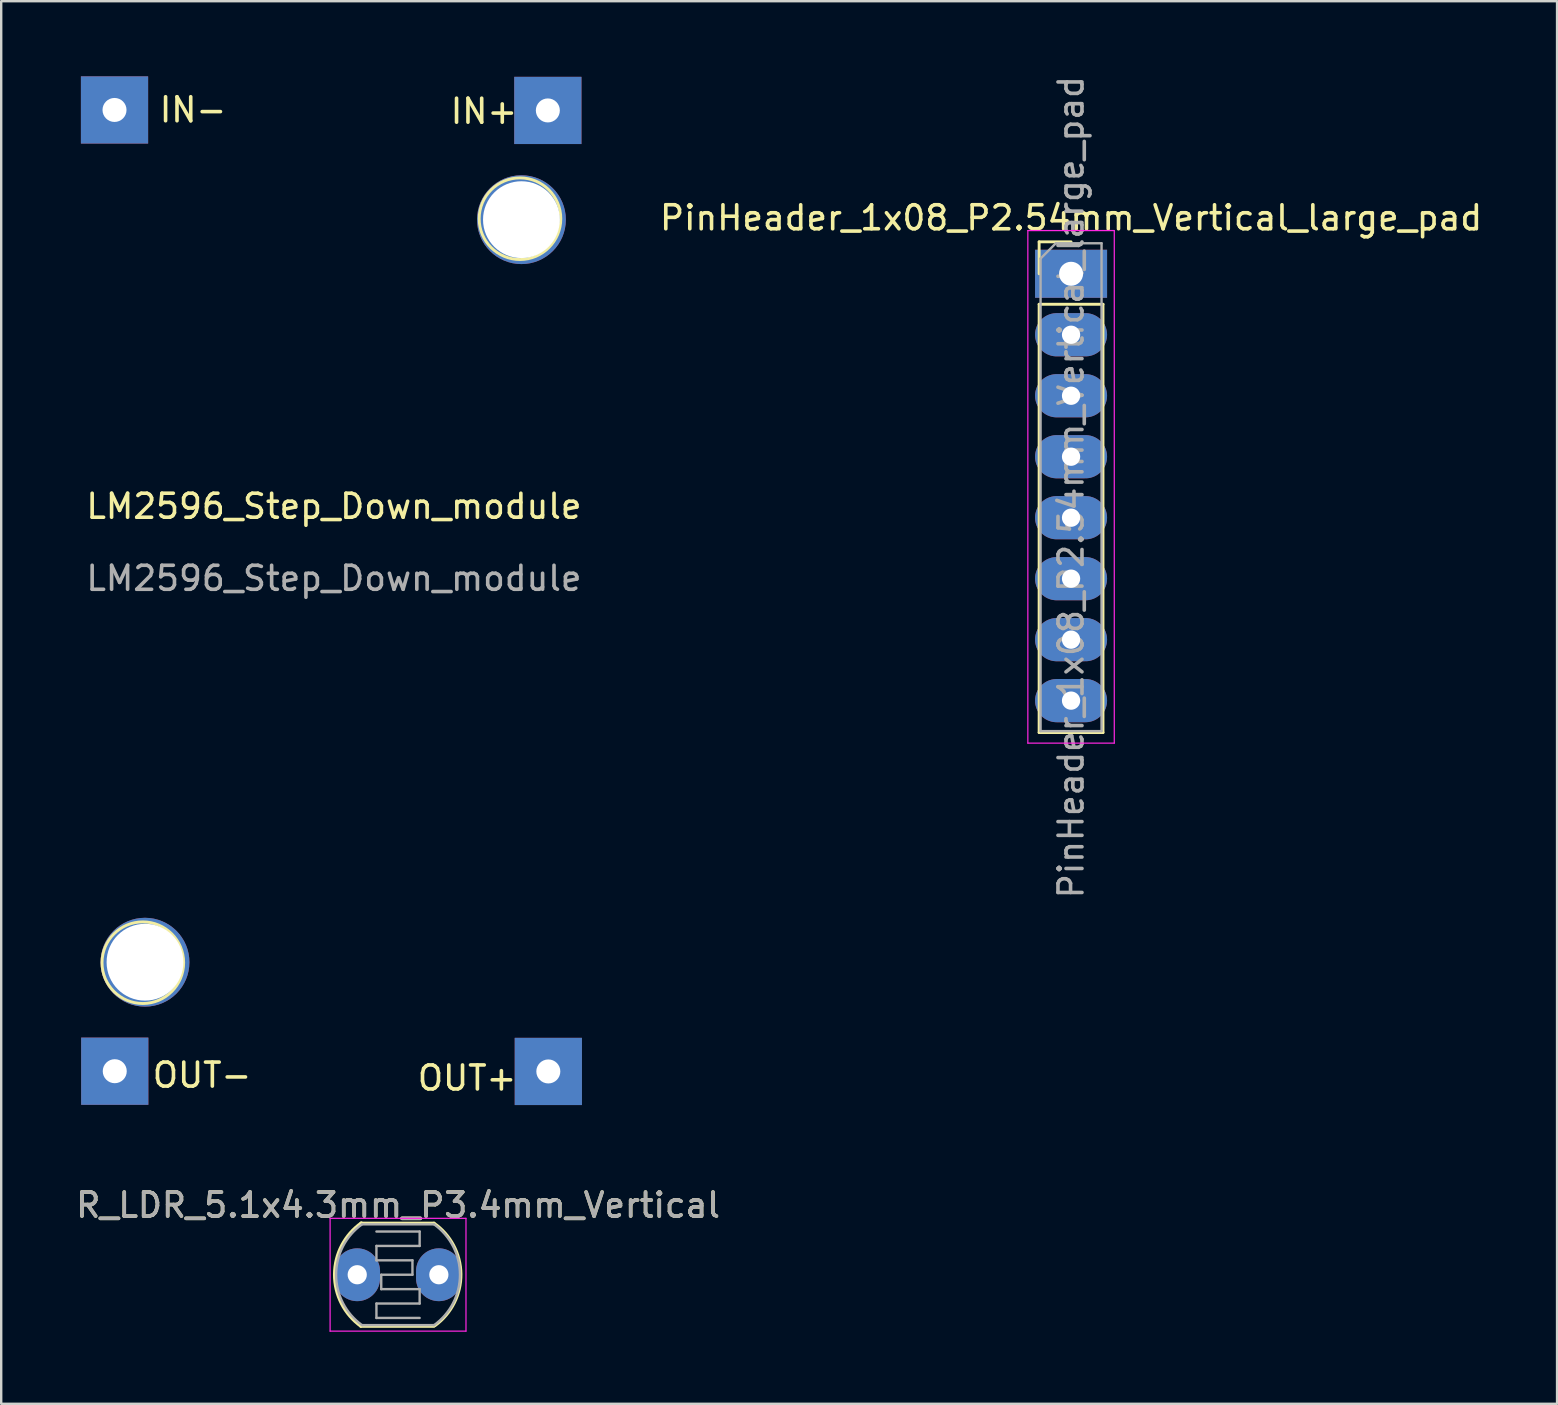
<source format=kicad_pcb>
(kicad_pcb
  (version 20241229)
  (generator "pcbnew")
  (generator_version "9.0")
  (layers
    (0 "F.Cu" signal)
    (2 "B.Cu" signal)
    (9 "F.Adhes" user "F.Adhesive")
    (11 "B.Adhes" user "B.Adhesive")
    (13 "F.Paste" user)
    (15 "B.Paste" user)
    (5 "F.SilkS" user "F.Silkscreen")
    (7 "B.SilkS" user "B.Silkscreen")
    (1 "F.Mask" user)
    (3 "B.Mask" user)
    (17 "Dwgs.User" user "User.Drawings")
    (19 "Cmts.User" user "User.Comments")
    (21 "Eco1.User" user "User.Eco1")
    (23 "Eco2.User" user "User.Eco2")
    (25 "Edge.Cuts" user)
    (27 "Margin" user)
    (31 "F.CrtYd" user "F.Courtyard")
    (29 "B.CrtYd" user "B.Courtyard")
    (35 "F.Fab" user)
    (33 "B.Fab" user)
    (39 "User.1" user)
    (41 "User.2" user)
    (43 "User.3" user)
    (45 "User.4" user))
  (footprint "R_LDR_5.1x4.3mm_P3.4mm_Vertical"
    (layer "F.Cu")
    (at 11.83 50.048)
    (property "Reference" "R_LDR_5.1x4.3mm_P3.4mm_Vertical" (at 1.7 -2.9 0) (layer "F.SilkS") (effects (font (size 1 1) (thickness 0.15))))
    (attr through_hole)
    (fp_line (start 0.15 -2.15) (end 3.2 -2.15) (stroke (width 0.12) (type solid)) (layer "F.SilkS"))
    (fp_line (start 0.15 2.15) (end 3.2 2.15) (stroke (width 0.12) (type solid)) (layer "F.SilkS"))
    (fp_arc (start 0.15 2.15) (mid -0.950438 -0.013368) (end 0.171766 -2.165525) (stroke (width 0.12) (type solid)) (layer "F.SilkS"))
    (fp_arc (start 3.2 -2.15) (mid 4.321403 -0.027338) (end 3.244513 2.118249) (stroke (width 0.12) (type solid)) (layer "F.SilkS"))
    (fp_line (start -1.13 -2.35) (end -1.13 2.35) (stroke (width 0.05) (type solid)) (layer "F.CrtYd"))
    (fp_line (start -1.13 -2.35) (end 4.53 -2.35) (stroke (width 0.05) (type solid)) (layer "F.CrtYd"))
    (fp_line (start 4.53 2.35) (end -1.13 2.35) (stroke (width 0.05) (type solid)) (layer "F.CrtYd"))
    (fp_line (start 4.53 2.35) (end 4.53 -2.35) (stroke (width 0.05) (type solid)) (layer "F.CrtYd"))
    (fp_line (start 0.2 -2.1) (end 3.2 -2.1) (stroke (width 0.1) (type solid)) (layer "F.Fab"))
    (fp_line (start 0.8 -1.8) (end 2.6 -1.8) (stroke (width 0.1) (type solid)) (layer "F.Fab"))
    (fp_line (start 0.8 -1.2) (end 0.8 -0.6) (stroke (width 0.1) (type solid)) (layer "F.Fab"))
    (fp_line (start 0.8 1.2) (end 0.8 1.8) (stroke (width 0.1) (type solid)) (layer "F.Fab"))
    (fp_line (start 0.8 1.8) (end 2.6 1.8) (stroke (width 0.1) (type solid)) (layer "F.Fab"))
    (fp_line (start 1 0) (end 1 0.6) (stroke (width 0.1) (type solid)) (layer "F.Fab"))
    (fp_line (start 1 0) (end 2.3 0) (stroke (width 0.1) (type solid)) (layer "F.Fab"))
    (fp_line (start 2.3 -0.6) (end 0.8 -0.6) (stroke (width 0.1) (type solid)) (layer "F.Fab"))
    (fp_line (start 2.3 0) (end 2.3 -0.6) (stroke (width 0.1) (type solid)) (layer "F.Fab"))
    (fp_line (start 2.6 -1.8) (end 2.6 -1.2) (stroke (width 0.1) (type solid)) (layer "F.Fab"))
    (fp_line (start 2.6 -1.2) (end 0.8 -1.2) (stroke (width 0.1) (type solid)) (layer "F.Fab"))
    (fp_line (start 2.6 0.6) (end 1 0.6) (stroke (width 0.1) (type solid)) (layer "F.Fab"))
    (fp_line (start 2.6 0.6) (end 2.6 1.2) (stroke (width 0.1) (type solid)) (layer "F.Fab"))
    (fp_line (start 2.6 1.2) (end 0.8 1.2) (stroke (width 0.1) (type solid)) (layer "F.Fab"))
    (fp_line (start 3.2 2.1) (end 0.2 2.1) (stroke (width 0.1) (type solid)) (layer "F.Fab"))
    (fp_arc (start 0.2 2.1) (mid -0.880697 -0.001697) (end 0.202763 -2.101971) (stroke (width 0.1) (type solid)) (layer "F.Fab"))
    (fp_arc (start 3.2 -2.1) (mid 4.280697 0.001697) (end 3.197237 2.101971) (stroke (width 0.1) (type solid)) (layer "F.Fab"))
    (fp_text user "${REFERENCE}" (at 1.7 -2.9 0) (layer "F.Fab") (effects (font (size 1 1) (thickness 0.15))))
    (pad "1" thru_hole oval (at 0 0) (size 1.9 2.2) (drill 0.8) (layers "*.Cu" "*.Mask"))
    (pad "2" thru_hole oval (at 3.4 0) (size 1.9 2.2) (drill 0.8) (layers "*.Cu" "*.Mask")))
  (footprint "PinHeader_1x08_P2.54mm_Vertical_large_pad"
    (layer "F.Cu")
    (at 41.564 8.354)
    (property "Reference" "PinHeader_1x08_P2.54mm_Vertical_large_pad" (at 0 -2.33 180) (layer "F.SilkS") (effects (font (size 1 1) (thickness 0.15))))
    (attr through_hole)
    (fp_line (start -1.33 -1.33) (end 0 -1.33) (stroke (width 0.12) (type solid)) (layer "F.SilkS"))
    (fp_line (start -1.33 0) (end -1.33 -1.33) (stroke (width 0.12) (type solid)) (layer "F.SilkS"))
    (fp_line (start -1.33 1.27) (end -1.33 19.11) (stroke (width 0.12) (type solid)) (layer "F.SilkS"))
    (fp_line (start -1.33 1.27) (end 1.33 1.27) (stroke (width 0.12) (type solid)) (layer "F.SilkS"))
    (fp_line (start -1.33 19.11) (end 1.33 19.11) (stroke (width 0.12) (type solid)) (layer "F.SilkS"))
    (fp_line (start 1.33 1.27) (end 1.33 19.11) (stroke (width 0.12) (type solid)) (layer "F.SilkS"))
    (fp_line (start -1.8 -1.8) (end -1.8 19.55) (stroke (width 0.05) (type solid)) (layer "F.CrtYd"))
    (fp_line (start -1.8 19.55) (end 1.8 19.55) (stroke (width 0.05) (type solid)) (layer "F.CrtYd"))
    (fp_line (start 1.8 -1.8) (end -1.8 -1.8) (stroke (width 0.05) (type solid)) (layer "F.CrtYd"))
    (fp_line (start 1.8 19.55) (end 1.8 -1.8) (stroke (width 0.05) (type solid)) (layer "F.CrtYd"))
    (fp_line (start -1.27 -0.635) (end -0.635 -1.27) (stroke (width 0.1) (type solid)) (layer "F.Fab"))
    (fp_line (start -1.27 19.05) (end -1.27 -0.635) (stroke (width 0.1) (type solid)) (layer "F.Fab"))
    (fp_line (start -0.635 -1.27) (end 1.27 -1.27) (stroke (width 0.1) (type solid)) (layer "F.Fab"))
    (fp_line (start 1.27 -1.27) (end 1.27 19.05) (stroke (width 0.1) (type solid)) (layer "F.Fab"))
    (fp_line (start 1.27 19.05) (end -1.27 19.05) (stroke (width 0.1) (type solid)) (layer "F.Fab"))
    (fp_text user "${REFERENCE}" (at 0 8.89 90) (layer "F.Fab") (effects (font (size 1 1) (thickness 0.15))))
    (pad "1" thru_hole rect (at 0 0) (size 3 2) (drill 1) (layers "*.Cu" "*.Mask"))
    (pad "2" thru_hole oval (at 0 2.54) (size 3 1.8) (drill 0.762) (layers "*.Cu" "*.Mask"))
    (pad "3" thru_hole oval (at 0 5.08) (size 3 1.8) (drill 0.762) (layers "*.Cu" "*.Mask"))
    (pad "4" thru_hole oval (at 0 7.62) (size 3 1.8) (drill 0.762) (layers "*.Cu" "*.Mask"))
    (pad "5" thru_hole oval (at 0 10.16) (size 3 1.8) (drill 0.762) (layers "*.Cu" "*.Mask"))
    (pad "6" thru_hole oval (at 0 12.7) (size 3 1.8) (drill 0.762) (layers "*.Cu" "*.Mask"))
    (pad "7" thru_hole oval (at 0 15.24) (size 3 1.8) (drill 0.762) (layers "*.Cu" "*.Mask"))
    (pad "8" thru_hole oval (at 0 17.78) (size 3 1.8) (drill 0.762) (layers "*.Cu" "*.Mask")))
  (footprint "LM2596_Step_Down_module"
    (layer "F.Cu")
    (at 0.25 43.05)
    (property "Reference" "LM2596_Step_Down_module" (at 10.61 -25.01 0) (unlocked yes) (layer "F.SilkS") (effects (font (size 1 1) (thickness 0.15))))
    (attr through_hole)
    (fp_circle (center 2.65 -6) (end 4.35 -6) (stroke (width 0.12) (type default)) (fill no) (layer "F.SilkS"))
    (fp_circle (center 18.36 -36.99) (end 20.06 -36.99) (stroke (width 0.12) (type default)) (fill no) (layer "F.SilkS"))
    (fp_line (start 16.96 -16.36) (end 18.24 -15.06) (stroke (width 0.12) (type default)) (layer "User.1"))
    (fp_rect (start 0 -42.99) (end 21.01 0) (stroke (width 0.12) (type default)) (fill no) (layer "User.1"))
    (fp_rect (start 0.74 -20.46) (end 12.78 -8.67) (stroke (width 0.12) (type default)) (fill no) (layer "User.1"))
    (fp_rect (start 1.41 -32.93) (end 4.02 -28.61) (stroke (width 0.12) (type default)) (fill no) (layer "User.1"))
    (fp_rect (start 3.53 -36.7) (end 6.21 -35.36) (stroke (width 0.12) (type default)) (fill no) (layer "User.1"))
    (fp_rect (start 11.56 -33.72) (end 19.95 -26) (stroke (width 0.12) (type default)) (fill no) (layer "User.1"))
    (fp_rect (start 14.66 -17.42) (end 18.86 -8.55) (stroke (width 0.12) (type default)) (fill no) (layer "User.1"))
    (fp_rect (start 17.485 -6.95) (end 19.735 -5.97) (stroke (width 0.12) (type default)) (fill no) (layer "User.1"))
    (fp_rect (start 17.485 -5.27) (end 19.735 -4.29) (stroke (width 0.12) (type default)) (fill no) (layer "User.1"))
    (fp_circle (center 6.72 -14.64) (end 10.31 -11.05) (stroke (width 0.12) (type default)) (fill no) (layer "User.1"))
    (fp_circle (center 11.166 -38.7) (end 13.786 -36.21) (stroke (width 0.12) (type default)) (fill no) (layer "User.1"))
    (fp_circle (center 11.32 -4.35) (end 13.94 -1.86) (stroke (width 0.12) (type default)) (fill no) (layer "User.1"))
    (fp_circle (center 17.59 -15.68) (end 17.16 -16.46) (stroke (width 0.12) (type default)) (fill no) (layer "User.1"))
    (fp_text user "OUT+" (at 14.01 -0.61 0) (unlocked yes) (layer "F.SilkS") (effects (font (size 1 1) (thickness 0.15)) (justify left bottom)))
    (fp_text user "IN+" (at 15.38 -40.88 0) (unlocked yes) (layer "F.SilkS") (effects (font (size 1 1) (thickness 0.15)) (justify left bottom)))
    (fp_text user "IN-" (at 3.26 -40.94 0) (unlocked yes) (layer "F.SilkS") (effects (font (size 1 1) (thickness 0.15)) (justify left bottom)))
    (fp_text user "OUT-" (at 2.97 -0.73 0) (unlocked yes) (layer "F.SilkS") (effects (font (size 1 1) (thickness 0.15)) (justify left bottom)))
    (fp_text user "${REFERENCE}" (at 10.61 -22.01 0) (unlocked yes) (layer "F.Fab") (effects (font (size 1 1) (thickness 0.15))))
    (pad "" thru_hole circle (at 2.74 -6.02) (size 3.7 3.7) (drill 3.2) (layers "*.Cu" "*.Mask"))
    (pad "" thru_hole circle (at 18.42 -36.95) (size 3.7 3.7) (drill 3.2) (layers "*.Cu" "*.Mask"))
    (pad "1" thru_hole rect (at 19.52 -41.5) (size 2.8 2.8) (drill 1) (layers "*.Cu" "*.Mask"))
    (pad "2" thru_hole rect (at 1.47 -41.52) (size 2.8 2.8) (drill 1) (layers "*.Cu" "*.Mask"))
    (pad "3" thru_hole rect (at 19.54 -1.47) (size 2.8 2.8) (drill 1) (layers "*.Cu" "*.Mask"))
    (pad "4" thru_hole rect (at 1.48 -1.48) (size 2.8 2.8) (drill 1) (layers "*.Cu" "*.Mask")))
  (gr_rect
    (start -3 -3)
    (end 61.808 55.423)
    (stroke (width 0.1) (type default))
    (fill no)
    (layer "Edge.Cuts")))
</source>
